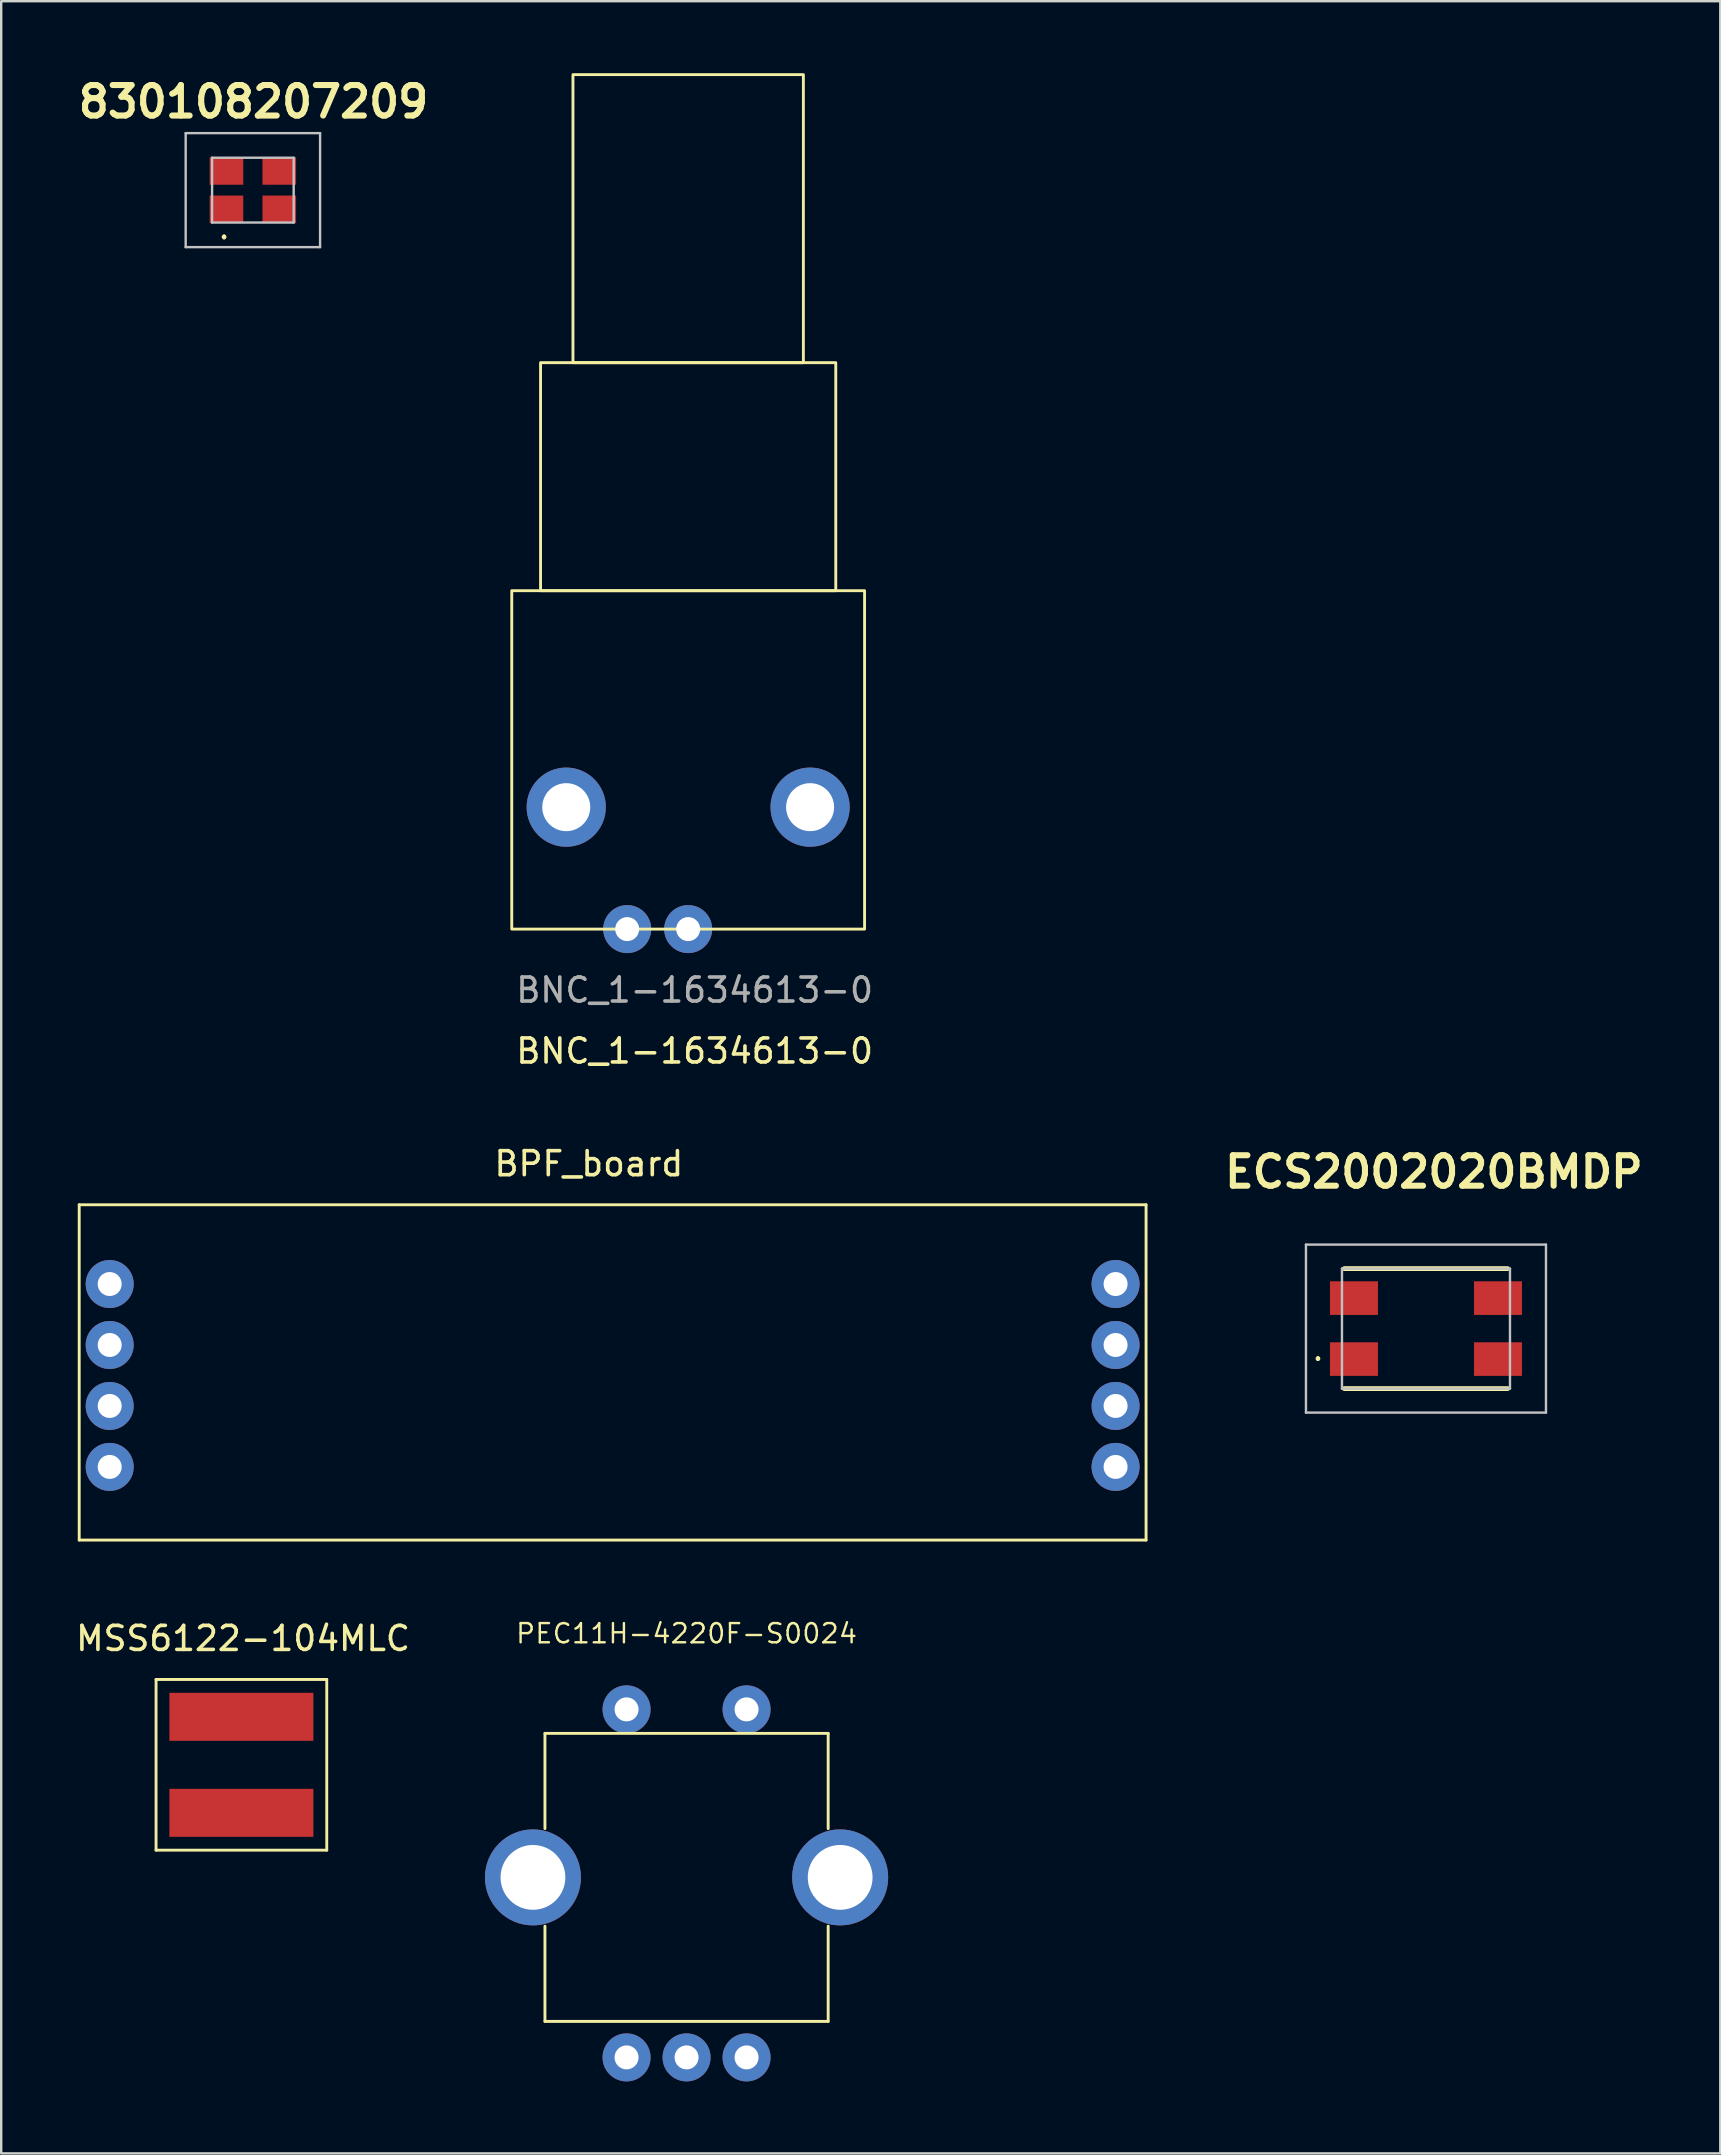
<source format=kicad_pcb>
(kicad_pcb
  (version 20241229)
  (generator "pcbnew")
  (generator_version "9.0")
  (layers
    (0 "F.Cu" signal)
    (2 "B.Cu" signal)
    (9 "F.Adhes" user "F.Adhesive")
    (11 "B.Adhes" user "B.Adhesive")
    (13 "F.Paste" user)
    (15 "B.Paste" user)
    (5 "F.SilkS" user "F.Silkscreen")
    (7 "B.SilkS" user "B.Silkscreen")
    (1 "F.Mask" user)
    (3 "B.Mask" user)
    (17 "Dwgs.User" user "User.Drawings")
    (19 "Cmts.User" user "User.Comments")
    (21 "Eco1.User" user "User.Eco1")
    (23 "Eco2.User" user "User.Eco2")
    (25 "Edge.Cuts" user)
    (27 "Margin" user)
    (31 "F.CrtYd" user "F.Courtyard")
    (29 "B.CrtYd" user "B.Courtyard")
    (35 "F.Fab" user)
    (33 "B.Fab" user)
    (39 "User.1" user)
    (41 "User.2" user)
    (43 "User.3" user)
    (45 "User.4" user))
  (footprint "MSS6122-104MLC"
    (layer "F.Cu")
    (at 7.008 70.48)
    (property "Reference" "MSS6122-104MLC" (at 0.069 -5.265 0) (layer "F.SilkS") (effects (font (size 1 1) (thickness 0.15))))
    (attr through_hole)
    (fp_line (start -3.556 -3.556) (end -3.556 3.556) (stroke (width 0.12) (type solid)) (layer "F.SilkS"))
    (fp_line (start -3.556 3.556) (end 3.556 3.556) (stroke (width 0.12) (type solid)) (layer "F.SilkS"))
    (fp_line (start 3.556 -3.556) (end -3.556 -3.556) (stroke (width 0.12) (type solid)) (layer "F.SilkS"))
    (fp_line (start 3.556 3.556) (end 3.556 -3.556) (stroke (width 0.12) (type solid)) (layer "F.SilkS"))
    (pad "1" smd rect (at 0 -2) (size 6 2) (layers "F.Cu" "F.Mask" "F.Paste"))
    (pad "2" smd rect (at 0 2) (size 6 2) (layers "F.Cu" "F.Mask" "F.Paste")))
  (footprint "PEC11H-4220F-S0024"
    (layer "F.Cu")
    (at 25.555 75.17)
    (property "Reference" "PEC11H-4220F-S0024" (at 0 -10.16 0) (layer "F.SilkS") (effects (font (size 0.8 0.8) (thickness 0.1))))
    (attr through_hole)
    (fp_line (start -5.9 -6) (end -5.9 -2.032) (stroke (width 0.12) (type solid)) (layer "F.SilkS"))
    (fp_line (start -5.9 -6) (end 5.9 -6) (stroke (width 0.12) (type solid)) (layer "F.SilkS"))
    (fp_line (start -5.9 6) (end -5.9 2.032) (stroke (width 0.12) (type solid)) (layer "F.SilkS"))
    (fp_line (start -5.9 6) (end 5.9 6) (stroke (width 0.12) (type solid)) (layer "F.SilkS"))
    (fp_line (start 5.9 -6) (end 5.9 -2.032) (stroke (width 0.12) (type solid)) (layer "F.SilkS"))
    (fp_line (start 5.9 6) (end 5.9 2.032) (stroke (width 0.12) (type solid)) (layer "F.SilkS"))
    (pad "" thru_hole circle (at -6.4 0) (size 4 4) (drill 2.7) (layers "*.Cu" "*.Mask"))
    (pad "" thru_hole circle (at 6.4 0) (size 4 4) (drill 2.7) (layers "*.Cu" "*.Mask"))
    (pad "A" thru_hole circle (at -2.5 7.5) (size 2 2) (drill 1) (layers "*.Cu" "*.Mask"))
    (pad "B" thru_hole circle (at 2.5 7.5) (size 2 2) (drill 1) (layers "*.Cu" "*.Mask"))
    (pad "C" thru_hole circle (at 0 7.5) (size 2 2) (drill 1) (layers "*.Cu" "*.Mask"))
    (pad "S1" thru_hole circle (at -2.5 -7) (size 2 2) (drill 1) (layers "*.Cu" "*.Mask"))
    (pad "S2" thru_hole circle (at 2.5 -7) (size 2 2) (drill 1) (layers "*.Cu" "*.Mask")))
  (footprint "830108207209"
    (layer "F.Cu")
    (at 7.486 4.872)
    (property "Reference" "830108207209" (at 0.025 -3.683 0) (layer "F.SilkS") (effects (font (size 1.27 1.27) (thickness 0.254))))
    (attr smd)
    (fp_line (start -1.2 1.9) (end -1.2 1.9) (stroke (width 0.1) (type solid)) (layer "F.SilkS"))
    (fp_line (start -1.2 2) (end -1.2 2) (stroke (width 0.1) (type solid)) (layer "F.SilkS"))
    (fp_arc (start -1.2 1.9) (mid -1.15 1.95) (end -1.2 2) (stroke (width 0.1) (type solid)) (layer "F.SilkS"))
    (fp_arc (start -1.2 2) (mid -1.25 1.95) (end -1.2 1.9) (stroke (width 0.1) (type solid)) (layer "F.SilkS"))
    (fp_line (start -2.8 -2.375) (end 2.8 -2.375) (stroke (width 0.1) (type solid)) (layer "Dwgs.User"))
    (fp_line (start -2.8 2.375) (end -2.8 -2.375) (stroke (width 0.1) (type solid)) (layer "Dwgs.User"))
    (fp_line (start -1.7 -1.35) (end 1.7 -1.35) (stroke (width 0.1) (type solid)) (layer "Dwgs.User"))
    (fp_line (start -1.7 1.35) (end -1.7 -1.35) (stroke (width 0.1) (type solid)) (layer "Dwgs.User"))
    (fp_line (start 1.7 -1.35) (end 1.7 1.35) (stroke (width 0.1) (type solid)) (layer "Dwgs.User"))
    (fp_line (start 1.7 1.35) (end -1.7 1.35) (stroke (width 0.1) (type solid)) (layer "Dwgs.User"))
    (fp_line (start 2.8 -2.375) (end 2.8 2.375) (stroke (width 0.1) (type solid)) (layer "Dwgs.User"))
    (fp_line (start 2.8 2.375) (end -2.8 2.375) (stroke (width 0.1) (type solid)) (layer "Dwgs.User"))
    (pad "1" smd rect (at -1.1 0.8 90) (size 1.15 1.4) (layers "F.Cu" "F.Mask" "F.Paste"))
    (pad "2" smd rect (at 1.1 0.8 90) (size 1.15 1.4) (layers "F.Cu" "F.Mask" "F.Paste"))
    (pad "3" smd rect (at 1.1 -0.8 90) (size 1.15 1.4) (layers "F.Cu" "F.Mask" "F.Paste"))
    (pad "4" smd rect (at -1.1 -0.8 90) (size 1.15 1.4) (layers "F.Cu" "F.Mask" "F.Paste")))
  (footprint "ECS2002020BMDP"
    (layer "F.Cu")
    (at 56.362 52.305)
    (property "Reference" "ECS2002020BMDP" (at 0.33 -6.528 0) (layer "F.SilkS") (effects (font (size 1.27 1.27) (thickness 0.254))))
    (attr smd)
    (fp_line (start -4.5 1.2) (end -4.5 1.2) (stroke (width 0.1) (type solid)) (layer "F.SilkS"))
    (fp_line (start -4.5 1.3) (end -4.5 1.3) (stroke (width 0.1) (type solid)) (layer "F.SilkS"))
    (fp_line (start -3.4 -2.5) (end 3.4 -2.5) (stroke (width 0.2) (type solid)) (layer "F.SilkS"))
    (fp_line (start -3.4 2.5) (end 3.4 2.5) (stroke (width 0.2) (type solid)) (layer "F.SilkS"))
    (fp_arc (start -4.5 1.2) (mid -4.45 1.25) (end -4.5 1.3) (stroke (width 0.1) (type solid)) (layer "F.SilkS"))
    (fp_arc (start -4.5 1.3) (mid -4.55 1.25) (end -4.5 1.2) (stroke (width 0.1) (type solid)) (layer "F.SilkS"))
    (fp_line (start -5 -3.5) (end 5 -3.5) (stroke (width 0.1) (type solid)) (layer "Dwgs.User"))
    (fp_line (start -5 3.5) (end -5 -3.5) (stroke (width 0.1) (type solid)) (layer "Dwgs.User"))
    (fp_line (start -3.5 -2.5) (end 3.5 -2.5) (stroke (width 0.1) (type solid)) (layer "Dwgs.User"))
    (fp_line (start -3.5 2.5) (end -3.5 -2.5) (stroke (width 0.1) (type solid)) (layer "Dwgs.User"))
    (fp_line (start 3.5 -2.5) (end 3.5 2.5) (stroke (width 0.1) (type solid)) (layer "Dwgs.User"))
    (fp_line (start 3.5 2.5) (end -3.5 2.5) (stroke (width 0.1) (type solid)) (layer "Dwgs.User"))
    (fp_line (start 5 -3.5) (end 5 3.5) (stroke (width 0.1) (type solid)) (layer "Dwgs.User"))
    (fp_line (start 5 3.5) (end -5 3.5) (stroke (width 0.1) (type solid)) (layer "Dwgs.User"))
    (pad "1" smd rect (at -3 1.27 90) (size 1.4 2) (layers "F.Cu" "F.Mask" "F.Paste"))
    (pad "2" smd rect (at 3 1.27 90) (size 1.4 2) (layers "F.Cu" "F.Mask" "F.Paste"))
    (pad "3" smd rect (at 3 -1.27 90) (size 1.4 2) (layers "F.Cu" "F.Mask" "F.Paste"))
    (pad "4" smd rect (at -3 -1.27 90) (size 1.4 2) (layers "F.Cu" "F.Mask" "F.Paste")))
  (footprint "BPF_board"
    (layer "F.Cu")
    (at 0.25 61.116)
    (property "Reference" "BPF_board" (at 21.234 -15.68 0) (layer "F.SilkS") (effects (font (size 1 1) (thickness 0.15))))
    (attr through_hole)
    (fp_line (start 0 -13.97) (end 44.45 -13.97) (stroke (width 0.12) (type solid)) (layer "F.SilkS"))
    (fp_line (start 0 0) (end 0 -13.97) (stroke (width 0.12) (type solid)) (layer "F.SilkS"))
    (fp_line (start 0 0) (end 44.45 0) (stroke (width 0.12) (type solid)) (layer "F.SilkS"))
    (fp_line (start 44.45 -13.97) (end 44.45 0) (stroke (width 0.12) (type solid)) (layer "F.SilkS"))
    (pad "1" thru_hole circle (at 43.18 -10.668) (size 2 2) (drill 1) (layers "*.Cu" "*.Mask"))
    (pad "2" thru_hole circle (at 43.18 -8.128) (size 2 2) (drill 1) (layers "*.Cu" "*.Mask"))
    (pad "3" thru_hole circle (at 43.18 -5.588) (size 2 2) (drill 1) (layers "*.Cu" "*.Mask"))
    (pad "4" thru_hole circle (at 43.18 -3.048) (size 2 2) (drill 1) (layers "*.Cu" "*.Mask"))
    (pad "5" thru_hole circle (at 1.27 -10.668) (size 2 2) (drill 1) (layers "*.Cu" "*.Mask"))
    (pad "6" thru_hole circle (at 1.27 -8.128) (size 2 2) (drill 1) (layers "*.Cu" "*.Mask"))
    (pad "7" thru_hole circle (at 1.27 -5.588) (size 2 2) (drill 1) (layers "*.Cu" "*.Mask"))
    (pad "8" thru_hole circle (at 1.27 -3.048) (size 2 2) (drill 1) (layers "*.Cu" "*.Mask")))
  (footprint "BNC_1-1634613-0"
    (layer "F.Cu")
    (at 18.272 35.66)
    (property "Reference" "BNC_1-1634613-0" (at 7.62 5.08 0) (unlocked yes) (layer "F.SilkS") (effects (font (size 1 1) (thickness 0.15))))
    (attr through_hole)
    (fp_rect (start 0 0) (end 14.7 -14.1) (stroke (width 0.12) (type solid)) (fill no) (layer "F.SilkS"))
    (fp_rect (start 1.2 -14.1) (end 13.5 -23.6) (stroke (width 0.12) (type solid)) (fill no) (layer "F.SilkS"))
    (fp_rect (start 2.55 -23.6) (end 12.15 -35.6) (stroke (width 0.12) (type solid)) (fill no) (layer "F.SilkS"))
    (fp_text user "${REFERENCE}" (at 7.62 2.54 0) (unlocked yes) (layer "F.Fab") (effects (font (size 1 1) (thickness 0.15))))
    (pad "1" thru_hole circle (at 7.35 0) (size 2 2) (drill 1) (layers "*.Cu" "*.Mask"))
    (pad "2" thru_hole circle (at 4.81 0) (size 2 2) (drill 1) (layers "*.Cu" "*.Mask"))
    (pad "3" thru_hole circle (at 12.43 -5.08) (size 3.3 3.3) (drill 2) (layers "*.Cu" "*.Mask"))
    (pad "4" thru_hole circle (at 2.27 -5.08 270) (size 3.3 3.3) (drill 2) (layers "*.Cu" "*.Mask")))
  (gr_rect
    (start -3 -3)
    (end 68.625 86.67)
    (stroke (width 0.1) (type default))
    (fill no)
    (layer "Edge.Cuts")))
</source>
